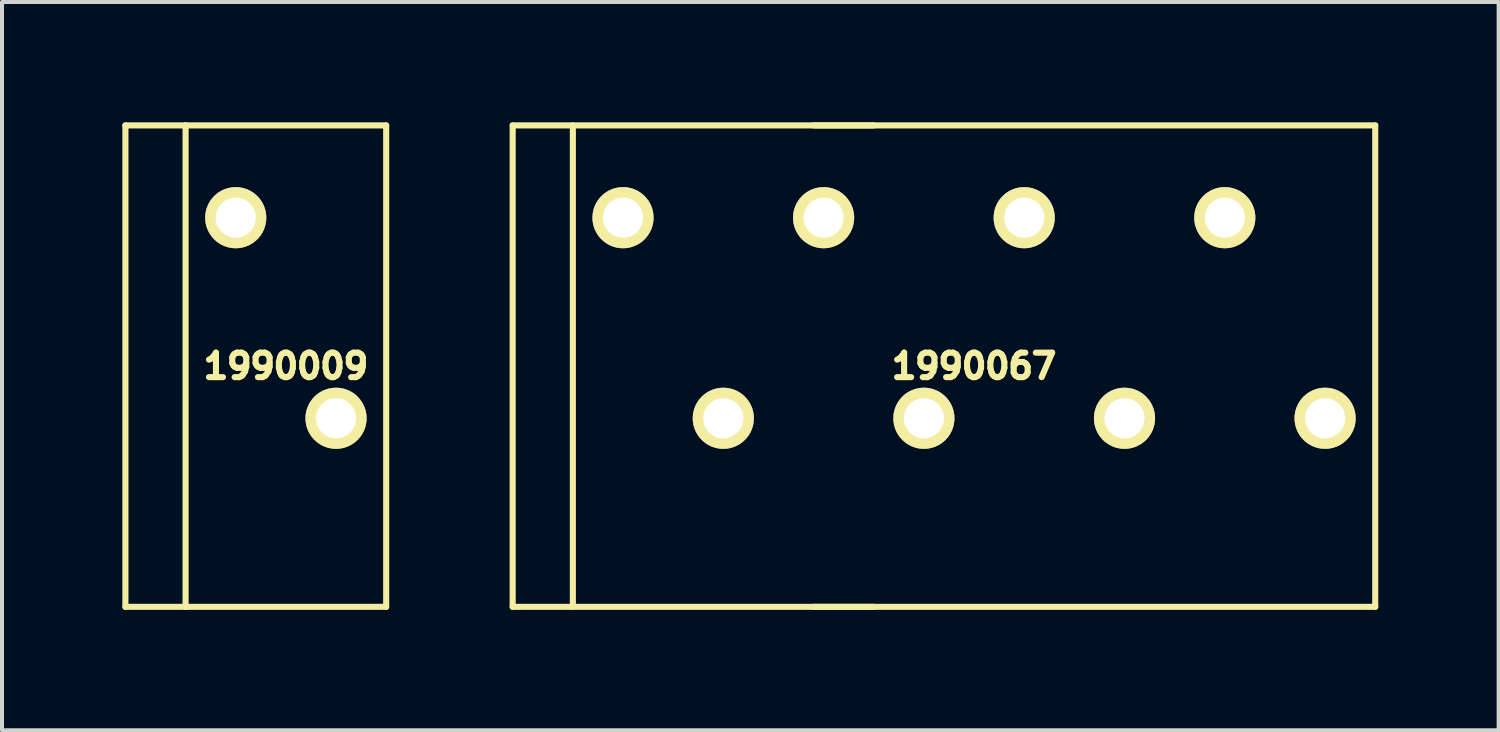
<source format=kicad_pcb>
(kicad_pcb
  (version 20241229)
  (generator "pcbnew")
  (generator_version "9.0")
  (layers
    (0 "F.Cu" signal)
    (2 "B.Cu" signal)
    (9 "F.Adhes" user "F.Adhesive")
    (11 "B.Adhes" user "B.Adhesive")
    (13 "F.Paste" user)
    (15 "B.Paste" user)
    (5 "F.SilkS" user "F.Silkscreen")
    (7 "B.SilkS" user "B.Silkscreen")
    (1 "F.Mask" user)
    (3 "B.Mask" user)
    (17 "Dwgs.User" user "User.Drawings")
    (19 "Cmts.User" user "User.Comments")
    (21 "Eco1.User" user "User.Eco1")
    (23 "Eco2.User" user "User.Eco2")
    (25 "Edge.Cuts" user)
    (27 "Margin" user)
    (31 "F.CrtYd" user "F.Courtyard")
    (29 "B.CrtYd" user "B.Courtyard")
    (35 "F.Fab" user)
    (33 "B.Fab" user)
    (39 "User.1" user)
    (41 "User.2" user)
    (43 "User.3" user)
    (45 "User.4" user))
  (footprint "1990009"
    (layer "F.Cu")
    (at 4.076 6.076)
    (property "Reference" "1990009" (at 0 0 0) (layer "F.SilkS") (effects (font (size 0.61 0.61) (thickness 0.152))))
    (attr through_hole)
    (fp_line (start -4 -6) (end -4 6) (stroke (width 0.152) (type solid)) (layer "F.SilkS"))
    (fp_line (start -4 6) (end -2.5 6) (stroke (width 0.152) (type solid)) (layer "F.SilkS"))
    (fp_line (start -2.5 -6) (end -4 -6) (stroke (width 0.152) (type solid)) (layer "F.SilkS"))
    (fp_line (start -2.5 -6) (end 2.5 -6) (stroke (width 0.152) (type solid)) (layer "F.SilkS"))
    (fp_line (start -2.5 6) (end -2.5 -6) (stroke (width 0.152) (type solid)) (layer "F.SilkS"))
    (fp_line (start 2.5 -6) (end 2.5 6) (stroke (width 0.152) (type solid)) (layer "F.SilkS"))
    (fp_line (start 2.5 6) (end -2.5 6) (stroke (width 0.152) (type solid)) (layer "F.SilkS"))
    (pad "1" thru_hole circle (at 1.25 1.3) (size 1.524 1.524) (drill 1) (layers "*.Cu" "*.Mask" "F.SilkS"))
    (pad "2" thru_hole circle (at -1.25 -3.7) (size 1.524 1.524) (drill 1) (layers "*.Cu" "*.Mask" "F.SilkS")))
  (footprint "1990067"
    (layer "F.Cu")
    (at 21.229 6.076)
    (property "Reference" "1990067" (at 0 0 0) (layer "F.SilkS") (effects (font (size 0.61 0.61) (thickness 0.152))))
    (attr through_hole)
    (fp_line (start -11.5 -6) (end -11.5 6) (stroke (width 0.152) (type solid)) (layer "F.SilkS"))
    (fp_line (start -11.5 -6) (end 10 -6) (stroke (width 0.152) (type solid)) (layer "F.SilkS"))
    (fp_line (start -10 6) (end -10 -6) (stroke (width 0.152) (type solid)) (layer "F.SilkS"))
    (fp_line (start -4 6) (end -2.5 6) (stroke (width 0.152) (type solid)) (layer "F.SilkS"))
    (fp_line (start -2.5 -6) (end -4 -6) (stroke (width 0.152) (type solid)) (layer "F.SilkS"))
    (fp_line (start 10 -6) (end 10 6) (stroke (width 0.152) (type solid)) (layer "F.SilkS"))
    (fp_line (start 10 6) (end -11.5 6) (stroke (width 0.152) (type solid)) (layer "F.SilkS"))
    (pad "1" thru_hole circle (at 8.75 1.3) (size 1.524 1.524) (drill 1) (layers "*.Cu" "*.Mask" "F.SilkS"))
    (pad "2" thru_hole circle (at 6.25 -3.7) (size 1.524 1.524) (drill 1) (layers "*.Cu" "*.Mask" "F.SilkS"))
    (pad "3" thru_hole circle (at 3.75 1.3) (size 1.524 1.524) (drill 1) (layers "*.Cu" "*.Mask" "F.SilkS"))
    (pad "4" thru_hole circle (at 1.25 -3.7) (size 1.524 1.524) (drill 1) (layers "*.Cu" "*.Mask" "F.SilkS"))
    (pad "5" thru_hole circle (at -1.25 1.3) (size 1.524 1.524) (drill 1) (layers "*.Cu" "*.Mask" "F.SilkS"))
    (pad "6" thru_hole circle (at -3.75 -3.7) (size 1.524 1.524) (drill 1) (layers "*.Cu" "*.Mask" "F.SilkS"))
    (pad "7" thru_hole circle (at -6.25 1.3) (size 1.524 1.524) (drill 1) (layers "*.Cu" "*.Mask" "F.SilkS"))
    (pad "8" thru_hole circle (at -8.75 -3.7) (size 1.524 1.524) (drill 1) (layers "*.Cu" "*.Mask" "F.SilkS")))
  (gr_rect
    (start -3 -3)
    (end 34.305 15.152)
    (stroke (width 0.1) (type default))
    (fill no)
    (layer "Edge.Cuts")))
</source>
